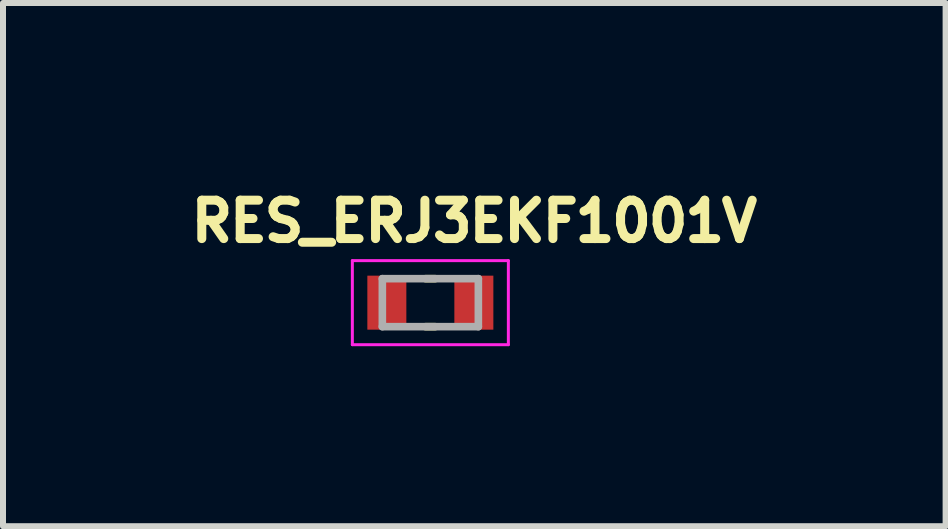
<source format=kicad_pcb>
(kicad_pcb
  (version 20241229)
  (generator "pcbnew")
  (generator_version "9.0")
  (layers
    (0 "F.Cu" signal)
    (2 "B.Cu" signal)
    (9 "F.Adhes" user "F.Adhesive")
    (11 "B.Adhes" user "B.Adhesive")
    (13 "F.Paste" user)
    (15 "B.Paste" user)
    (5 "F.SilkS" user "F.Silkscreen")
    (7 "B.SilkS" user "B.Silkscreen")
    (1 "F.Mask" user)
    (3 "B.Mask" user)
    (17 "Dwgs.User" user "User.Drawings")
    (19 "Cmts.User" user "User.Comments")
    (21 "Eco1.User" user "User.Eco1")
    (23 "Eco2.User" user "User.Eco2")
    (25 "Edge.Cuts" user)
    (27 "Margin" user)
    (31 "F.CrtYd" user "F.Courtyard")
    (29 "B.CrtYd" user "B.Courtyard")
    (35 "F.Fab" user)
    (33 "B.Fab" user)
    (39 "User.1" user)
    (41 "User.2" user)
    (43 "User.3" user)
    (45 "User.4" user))
  (footprint "RES_ERJ3EKF1001V"
    (layer "F.Cu")
    (at 4.122 1.994)
    (property "Reference" "RES_ERJ3EKF1001V" (at 0.732 -1.356 0) (layer "F.SilkS") (effects (font (size 0.64 0.64) (thickness 0.15))))
    (attr smd)
    (fp_line (start -0.08 -0.4) (end 0.08 -0.4) (stroke (width 0.127) (type solid)) (layer "F.SilkS"))
    (fp_line (start -0.08 0.4) (end 0.08 0.4) (stroke (width 0.127) (type solid)) (layer "F.SilkS"))
    (fp_line (start -1.3 -0.7) (end -1.3 0.7) (stroke (width 0.05) (type solid)) (layer "F.CrtYd"))
    (fp_line (start -1.3 0.7) (end 1.3 0.7) (stroke (width 0.05) (type solid)) (layer "F.CrtYd"))
    (fp_line (start 1.3 -0.7) (end -1.3 -0.7) (stroke (width 0.05) (type solid)) (layer "F.CrtYd"))
    (fp_line (start 1.3 0.7) (end 1.3 -0.7) (stroke (width 0.05) (type solid)) (layer "F.CrtYd"))
    (fp_line (start -0.8 -0.4) (end -0.8 0.4) (stroke (width 0.127) (type solid)) (layer "F.Fab"))
    (fp_line (start -0.8 -0.4) (end 0.8 -0.4) (stroke (width 0.127) (type solid)) (layer "F.Fab"))
    (fp_line (start -0.8 0.4) (end 0.8 0.4) (stroke (width 0.127) (type solid)) (layer "F.Fab"))
    (fp_line (start 0.8 -0.4) (end 0.8 0.4) (stroke (width 0.127) (type solid)) (layer "F.Fab"))
    (pad "1" smd rect (at -0.725 0) (size 0.65 0.9) (layers "F.Cu" "F.Mask" "F.Paste"))
    (pad "2" smd rect (at 0.725 0) (size 0.65 0.9) (layers "F.Cu" "F.Mask" "F.Paste")))
  (gr_rect
    (start -3 -3)
    (end 12.709 5.719)
    (stroke (width 0.1) (type default))
    (fill no)
    (layer "Edge.Cuts")))
</source>
